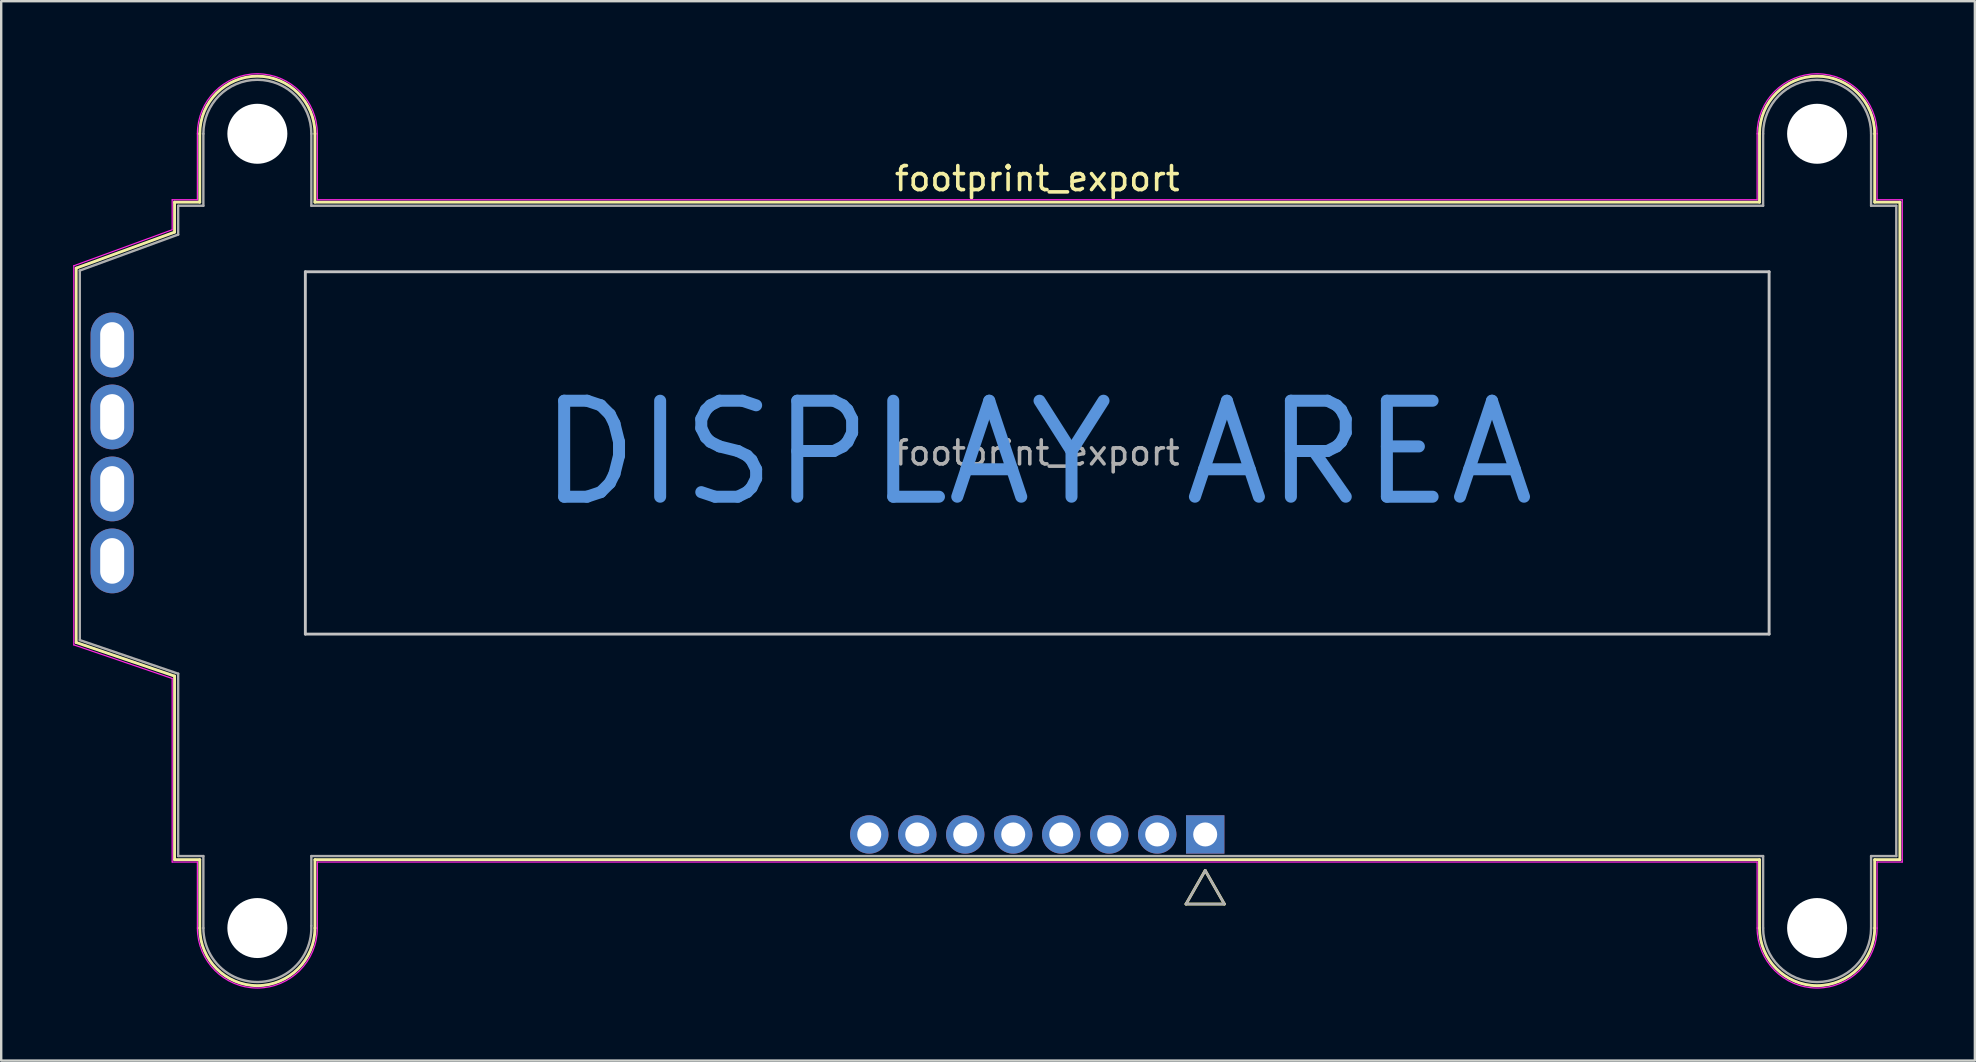
<source format=kicad_pcb>
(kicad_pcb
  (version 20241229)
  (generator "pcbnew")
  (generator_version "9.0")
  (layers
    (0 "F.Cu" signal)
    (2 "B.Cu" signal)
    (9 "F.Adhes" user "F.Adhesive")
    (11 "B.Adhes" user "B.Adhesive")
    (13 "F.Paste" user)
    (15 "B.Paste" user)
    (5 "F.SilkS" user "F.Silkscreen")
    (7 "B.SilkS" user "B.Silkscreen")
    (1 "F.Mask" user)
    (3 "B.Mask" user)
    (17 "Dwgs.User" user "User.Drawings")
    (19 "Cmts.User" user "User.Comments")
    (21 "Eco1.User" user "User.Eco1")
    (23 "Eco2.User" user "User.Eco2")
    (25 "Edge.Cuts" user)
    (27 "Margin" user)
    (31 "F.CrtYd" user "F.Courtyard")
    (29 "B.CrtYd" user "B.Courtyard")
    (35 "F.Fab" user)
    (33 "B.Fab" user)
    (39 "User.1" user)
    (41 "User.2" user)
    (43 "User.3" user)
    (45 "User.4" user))
  (footprint "footprint_export"
    (layer "F.Cu")
    (at 40.175 15.825)
    (property "Reference" "footprint_export" (at 0 -11.43 0) (layer "F.SilkS") (effects (font (size 1 1) (thickness 0.15))))
    (attr through_hole)
    (fp_line (start -40.05 -7.7) (end -40.05 7.9) (stroke (width 0.12) (type solid)) (layer "F.SilkS"))
    (fp_line (start -40.05 7.9) (end -35.95 9.3) (stroke (width 0.12) (type solid)) (layer "F.SilkS"))
    (fp_line (start -35.95 -10.45) (end -35.95 -9.2) (stroke (width 0.12) (type solid)) (layer "F.SilkS"))
    (fp_line (start -35.95 -9.2) (end -40.05 -7.7) (stroke (width 0.12) (type solid)) (layer "F.SilkS"))
    (fp_line (start -35.95 9.3) (end -35.95 16.95) (stroke (width 0.12) (type solid)) (layer "F.SilkS"))
    (fp_line (start -35.95 16.95) (end -34.9 16.95) (stroke (width 0.12) (type solid)) (layer "F.SilkS"))
    (fp_line (start -34.9 -13.3) (end -34.9 -10.45) (stroke (width 0.12) (type solid)) (layer "F.SilkS"))
    (fp_line (start -34.9 -10.45) (end -35.95 -10.45) (stroke (width 0.12) (type solid)) (layer "F.SilkS"))
    (fp_line (start -34.9 16.95) (end -34.9 19.8) (stroke (width 0.12) (type solid)) (layer "F.SilkS"))
    (fp_line (start -30.1 -10.45) (end -30.1 -13.3) (stroke (width 0.12) (type solid)) (layer "F.SilkS"))
    (fp_line (start -30.1 16.95) (end 30.1 16.95) (stroke (width 0.12) (type solid)) (layer "F.SilkS"))
    (fp_line (start -30.1 19.8) (end -30.1 16.95) (stroke (width 0.12) (type solid)) (layer "F.SilkS"))
    (fp_line (start 6.2 18.8) (end 7 17.4) (stroke (width 0.12) (type solid)) (layer "F.SilkS"))
    (fp_line (start 6.2 18.8) (end 7.8 18.8) (stroke (width 0.12) (type solid)) (layer "F.SilkS"))
    (fp_line (start 7 17.4) (end 7.8 18.8) (stroke (width 0.12) (type solid)) (layer "F.SilkS"))
    (fp_line (start 30.1 -13.3) (end 30.1 -10.45) (stroke (width 0.12) (type solid)) (layer "F.SilkS"))
    (fp_line (start 30.1 -10.45) (end -30.1 -10.45) (stroke (width 0.12) (type solid)) (layer "F.SilkS"))
    (fp_line (start 30.1 16.95) (end 30.1 19.8) (stroke (width 0.12) (type solid)) (layer "F.SilkS"))
    (fp_line (start 34.9 -10.45) (end 34.9 -13.3) (stroke (width 0.12) (type solid)) (layer "F.SilkS"))
    (fp_line (start 34.9 16.95) (end 35.95 16.95) (stroke (width 0.12) (type solid)) (layer "F.SilkS"))
    (fp_line (start 34.9 19.8) (end 34.9 16.95) (stroke (width 0.12) (type solid)) (layer "F.SilkS"))
    (fp_line (start 35.95 -10.45) (end 34.9 -10.45) (stroke (width 0.12) (type solid)) (layer "F.SilkS"))
    (fp_line (start 35.95 16.95) (end 35.95 -10.45) (stroke (width 0.12) (type solid)) (layer "F.SilkS"))
    (fp_arc (start -34.9 -13.3) (mid -32.5 -15.7) (end -30.1 -13.3) (stroke (width 0.12) (type solid)) (layer "F.SilkS"))
    (fp_arc (start -30.1 19.8) (mid -32.5 22.2) (end -34.9 19.8) (stroke (width 0.12) (type solid)) (layer "F.SilkS"))
    (fp_arc (start 30.1 -13.3) (mid 32.5 -15.7) (end 34.9 -13.3) (stroke (width 0.12) (type solid)) (layer "F.SilkS"))
    (fp_arc (start 34.9 19.8) (mid 32.5 22.2) (end 30.1 19.8) (stroke (width 0.12) (type solid)) (layer "F.SilkS"))
    (fp_line (start -30.5 -7.55) (end 30.5 -7.55) (stroke (width 0.12) (type solid)) (layer "Dwgs.User"))
    (fp_line (start -30.5 7.55) (end -30.5 -7.55) (stroke (width 0.12) (type solid)) (layer "Dwgs.User"))
    (fp_line (start 30.5 -7.55) (end 30.5 7.55) (stroke (width 0.12) (type solid)) (layer "Dwgs.User"))
    (fp_line (start 30.5 7.55) (end -30.5 7.55) (stroke (width 0.12) (type solid)) (layer "Dwgs.User"))
    (fp_line (start -40.15 -7.8) (end -36.05 -9.3) (stroke (width 0.05) (type solid)) (layer "F.CrtYd"))
    (fp_line (start -40.15 8) (end -40.15 -7.8) (stroke (width 0.05) (type solid)) (layer "F.CrtYd"))
    (fp_line (start -36.05 -10.55) (end -35 -10.55) (stroke (width 0.05) (type solid)) (layer "F.CrtYd"))
    (fp_line (start -36.05 -9.3) (end -36.05 -10.55) (stroke (width 0.05) (type solid)) (layer "F.CrtYd"))
    (fp_line (start -36.05 9.4) (end -40.15 8) (stroke (width 0.05) (type solid)) (layer "F.CrtYd"))
    (fp_line (start -36.05 17.05) (end -36.05 9.4) (stroke (width 0.05) (type solid)) (layer "F.CrtYd"))
    (fp_line (start -35 -10.55) (end -35 -13.3) (stroke (width 0.05) (type solid)) (layer "F.CrtYd"))
    (fp_line (start -35 17.05) (end -36.05 17.05) (stroke (width 0.05) (type solid)) (layer "F.CrtYd"))
    (fp_line (start -35 19.8) (end -35 17.05) (stroke (width 0.05) (type solid)) (layer "F.CrtYd"))
    (fp_line (start -30 -13.3) (end -30 -10.55) (stroke (width 0.05) (type solid)) (layer "F.CrtYd"))
    (fp_line (start -30 -10.55) (end 30 -10.55) (stroke (width 0.05) (type solid)) (layer "F.CrtYd"))
    (fp_line (start -30 17.05) (end -30 19.8) (stroke (width 0.05) (type solid)) (layer "F.CrtYd"))
    (fp_line (start 30 -10.55) (end 30 -13.3) (stroke (width 0.05) (type solid)) (layer "F.CrtYd"))
    (fp_line (start 30 17.05) (end -30 17.05) (stroke (width 0.05) (type solid)) (layer "F.CrtYd"))
    (fp_line (start 30 19.8) (end 30 17.05) (stroke (width 0.05) (type solid)) (layer "F.CrtYd"))
    (fp_line (start 35 -10.55) (end 35 -13.3) (stroke (width 0.05) (type solid)) (layer "F.CrtYd"))
    (fp_line (start 35 17.05) (end 35 19.8) (stroke (width 0.05) (type solid)) (layer "F.CrtYd"))
    (fp_line (start 36.05 -10.55) (end 35 -10.55) (stroke (width 0.05) (type solid)) (layer "F.CrtYd"))
    (fp_line (start 36.05 -10.55) (end 36.05 17.05) (stroke (width 0.05) (type solid)) (layer "F.CrtYd"))
    (fp_line (start 36.05 17.05) (end 35 17.05) (stroke (width 0.05) (type solid)) (layer "F.CrtYd"))
    (fp_arc (start -35 -13.3) (mid -32.5 -15.8) (end -30 -13.3) (stroke (width 0.05) (type solid)) (layer "F.CrtYd"))
    (fp_arc (start -30 19.8) (mid -32.5 22.3) (end -35 19.8) (stroke (width 0.05) (type solid)) (layer "F.CrtYd"))
    (fp_arc (start 30 -13.3) (mid 32.5 -15.8) (end 35 -13.3) (stroke (width 0.05) (type solid)) (layer "F.CrtYd"))
    (fp_arc (start 35 19.8) (mid 32.5 22.3) (end 30 19.8) (stroke (width 0.05) (type solid)) (layer "F.CrtYd"))
    (fp_line (start -39.9 -7.6) (end -35.8 -9.1) (stroke (width 0.1) (type solid)) (layer "F.Fab"))
    (fp_line (start -39.9 7.8) (end -39.9 -7.6) (stroke (width 0.1) (type solid)) (layer "F.Fab"))
    (fp_line (start -35.8 -10.3) (end -35.8 -9.1) (stroke (width 0.1) (type solid)) (layer "F.Fab"))
    (fp_line (start -35.8 -10.3) (end -34.75 -10.3) (stroke (width 0.1) (type solid)) (layer "F.Fab"))
    (fp_line (start -35.8 9.2) (end -39.9 7.8) (stroke (width 0.1) (type solid)) (layer "F.Fab"))
    (fp_line (start -35.8 9.2) (end -35.8 16.8) (stroke (width 0.1) (type solid)) (layer "F.Fab"))
    (fp_line (start -34.75 -10.3) (end -34.75 -13.3) (stroke (width 0.1) (type solid)) (layer "F.Fab"))
    (fp_line (start -34.75 16.8) (end -35.8 16.8) (stroke (width 0.1) (type solid)) (layer "F.Fab"))
    (fp_line (start -34.75 19.8) (end -34.75 16.8) (stroke (width 0.1) (type solid)) (layer "F.Fab"))
    (fp_line (start -30.25 -10.3) (end -30.25 -13.3) (stroke (width 0.1) (type solid)) (layer "F.Fab"))
    (fp_line (start -30.25 -10.3) (end 30.25 -10.3) (stroke (width 0.1) (type solid)) (layer "F.Fab"))
    (fp_line (start -30.25 16.8) (end -30.25 19.7) (stroke (width 0.1) (type solid)) (layer "F.Fab"))
    (fp_line (start -30.25 16.8) (end 30.25 16.8) (stroke (width 0.1) (type solid)) (layer "F.Fab"))
    (fp_line (start 6.2 18.8) (end 7.8 18.8) (stroke (width 0.1) (type solid)) (layer "F.Fab"))
    (fp_line (start 7 17.4) (end 6.2 18.8) (stroke (width 0.1) (type solid)) (layer "F.Fab"))
    (fp_line (start 7.8 18.8) (end 7 17.4) (stroke (width 0.1) (type solid)) (layer "F.Fab"))
    (fp_line (start 30.25 -10.3) (end 30.25 -13.3) (stroke (width 0.1) (type solid)) (layer "F.Fab"))
    (fp_line (start 30.25 19.8) (end 30.25 16.8) (stroke (width 0.1) (type solid)) (layer "F.Fab"))
    (fp_line (start 34.75 -13.3) (end 34.75 -10.3) (stroke (width 0.1) (type solid)) (layer "F.Fab"))
    (fp_line (start 34.75 -10.3) (end 35.8 -10.3) (stroke (width 0.1) (type solid)) (layer "F.Fab"))
    (fp_line (start 34.75 16.8) (end 34.75 19.8) (stroke (width 0.1) (type solid)) (layer "F.Fab"))
    (fp_line (start 35.8 -10.3) (end 35.8 16.8) (stroke (width 0.1) (type solid)) (layer "F.Fab"))
    (fp_line (start 35.8 16.8) (end 34.75 16.8) (stroke (width 0.1) (type solid)) (layer "F.Fab"))
    (fp_arc (start -34.75 -13.3) (mid -32.5 -15.55) (end -30.25 -13.3) (stroke (width 0.1) (type solid)) (layer "F.Fab"))
    (fp_arc (start -30.251542 19.716724) (mid -32.458355 22.049614) (end -34.75 19.8) (stroke (width 0.1) (type solid)) (layer "F.Fab"))
    (fp_arc (start 30.25 -13.3) (mid 32.5 -15.55) (end 34.75 -13.3) (stroke (width 0.1) (type solid)) (layer "F.Fab"))
    (fp_arc (start 34.75 19.8) (mid 32.5 22.05) (end 30.25 19.8) (stroke (width 0.1) (type solid)) (layer "F.Fab"))
    (fp_text user "DISPLAY AREA" (at 0 0 0) (layer "Cmts.User") (effects (font (size 4 4) (thickness 0.5))))
    (fp_text user "${REFERENCE}" (at 0 0 0) (layer "F.Fab") (effects (font (size 1 1) (thickness 0.15))))
    (pad "" np_thru_hole circle (at -32.5 -13.3) (size 2.5 2.5) (drill 2.5) (layers "*.Cu" "*.Mask"))
    (pad "" np_thru_hole circle (at -32.5 19.8) (size 2.5 2.5) (drill 2.5) (layers "*.Cu" "*.Mask"))
    (pad "" np_thru_hole circle (at 32.5 -13.3) (size 2.5 2.5) (drill 2.5) (layers "*.Cu" "*.Mask"))
    (pad "" np_thru_hole circle (at 32.5 19.8) (size 2.5 2.5) (drill 2.5) (layers "*.Cu" "*.Mask"))
    (pad "1" thru_hole rect (at 7 15.9) (size 1.6 1.6) (drill 1) (layers "*.Cu" "*.Mask"))
    (pad "2" thru_hole circle (at 5 15.9) (size 1.6 1.6) (drill 1) (layers "*.Cu" "*.Mask"))
    (pad "3" thru_hole circle (at 3 15.9) (size 1.6 1.6) (drill 1) (layers "*.Cu" "*.Mask"))
    (pad "4" thru_hole circle (at 1 15.9) (size 1.6 1.6) (drill 1) (layers "*.Cu" "*.Mask"))
    (pad "5" thru_hole circle (at -1 15.9) (size 1.6 1.6) (drill 1) (layers "*.Cu" "*.Mask"))
    (pad "6" thru_hole circle (at -3 15.9) (size 1.6 1.6) (drill 1) (layers "*.Cu" "*.Mask"))
    (pad "7" thru_hole circle (at -5 15.9) (size 1.6 1.6) (drill 1) (layers "*.Cu" "*.Mask"))
    (pad "8" thru_hole circle (at -7 15.9) (size 1.6 1.6) (drill 1) (layers "*.Cu" "*.Mask"))
    (pad "9" thru_hole oval (at -38.55 4.5) (size 1.8 2.7) (drill oval 1 1.9) (layers "*.Cu" "*.Mask"))
    (pad "10" thru_hole oval (at -38.55 1.5) (size 1.8 2.7) (drill oval 1 1.9) (layers "*.Cu" "*.Mask"))
    (pad "11" thru_hole oval (at -38.55 -1.5) (size 1.8 2.7) (drill oval 1 1.9) (layers "*.Cu" "*.Mask"))
    (pad "12" thru_hole oval (at -38.55 -4.5) (size 1.8 2.7) (drill oval 1 1.9) (layers "*.Cu" "*.Mask")))
  (gr_rect
    (start -3 -3)
    (end 79.25 41.15)
    (stroke (width 0.1) (type default))
    (fill no)
    (layer "Edge.Cuts")))
</source>
